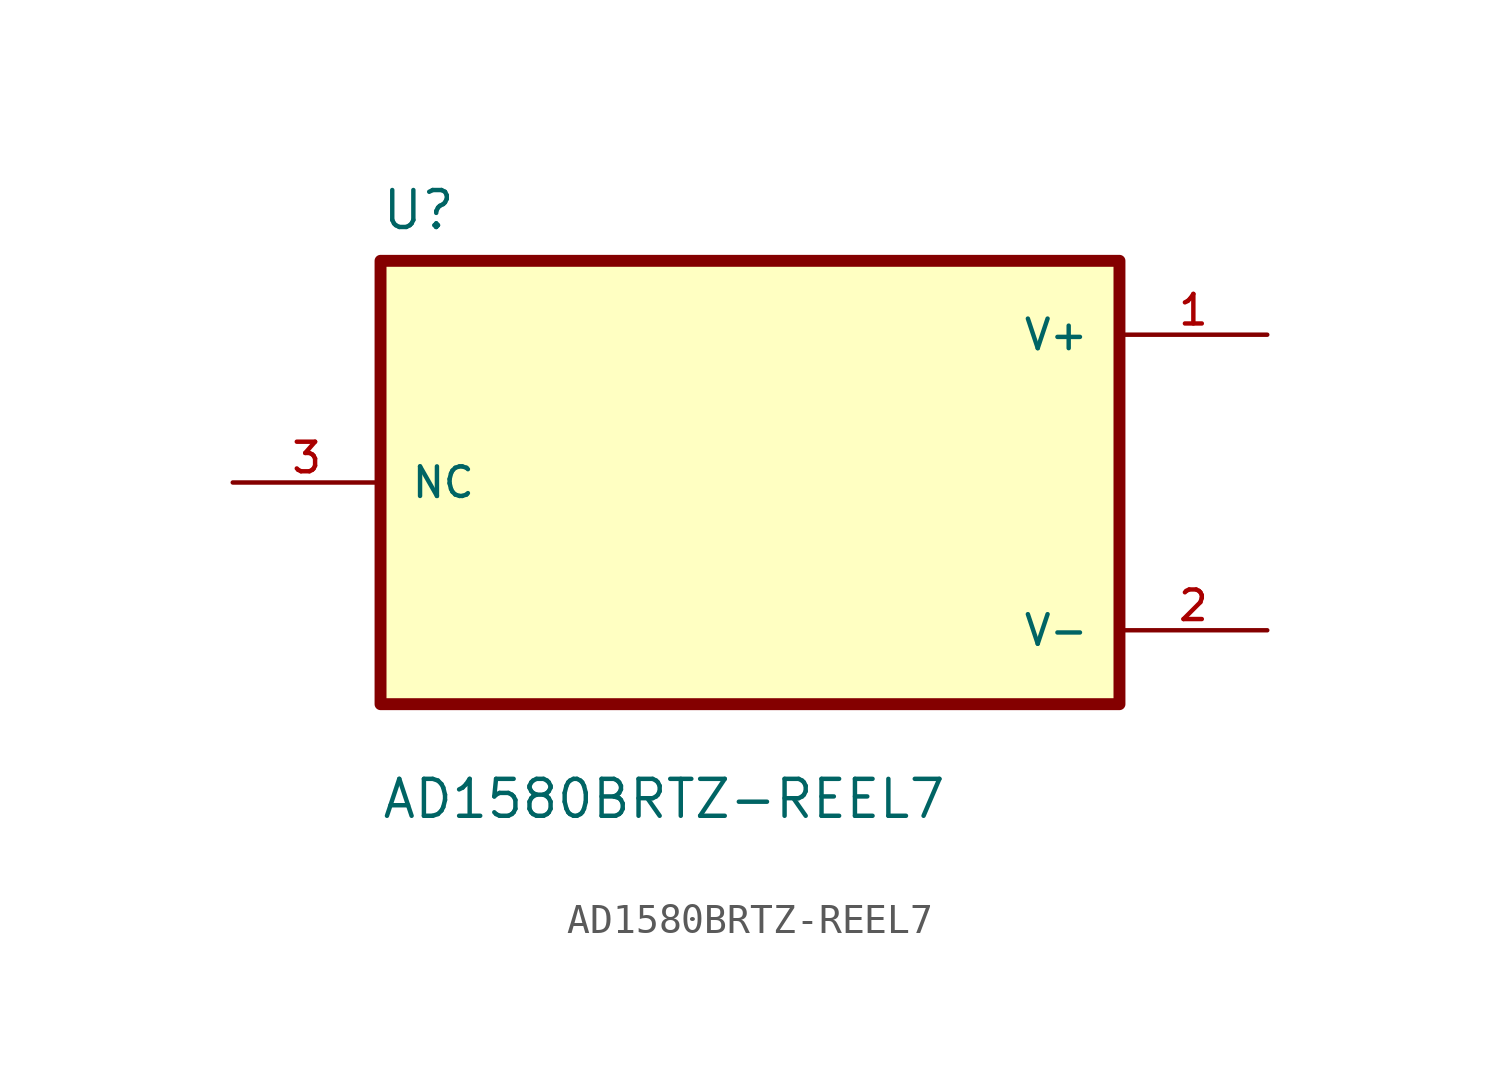
<source format=kicad_sym>
(kicad_symbol_lib
  (version 20220914)
  (generator kicad_symbol_editor)
  (symbol "AD1580BRTZ-REEL7"
    (pin_names
      (offset 1.016))
    (property "Reference" "U"
      (at -12.7 8.62 0)
      (effects (font (size 1.27 1.27)) (justify left bottom)))
    (property "Value" "AD1580BRTZ-REEL7"
      (at -12.7 -11.62 0)
      (effects (font (size 1.27 1.27)) (justify left bottom)))
    (symbol "AD1580BRTZ-REEL7_0_0"
      (rectangle (start -12.7 -7.62) (end 12.7 7.62) (stroke (width 0.41) (type default)) (fill (type background)))
      (pin power_in line (at 17.78 5.08 180) (length 5.08) (name "V+" (effects (font (size 1.016 1.016)))) (number "1" (effects (font (size 1.016 1.016)))))
      (pin power_in line (at 17.78 -5.08 180) (length 5.08) (name "V-" (effects (font (size 1.016 1.016)))) (number "2" (effects (font (size 1.016 1.016)))))
      (pin bidirectional line (at -17.78 0 0) (length 5.08) (name "NC" (effects (font (size 1.016 1.016)))) (number "3" (effects (font (size 1.016 1.016))))))))
</source>
